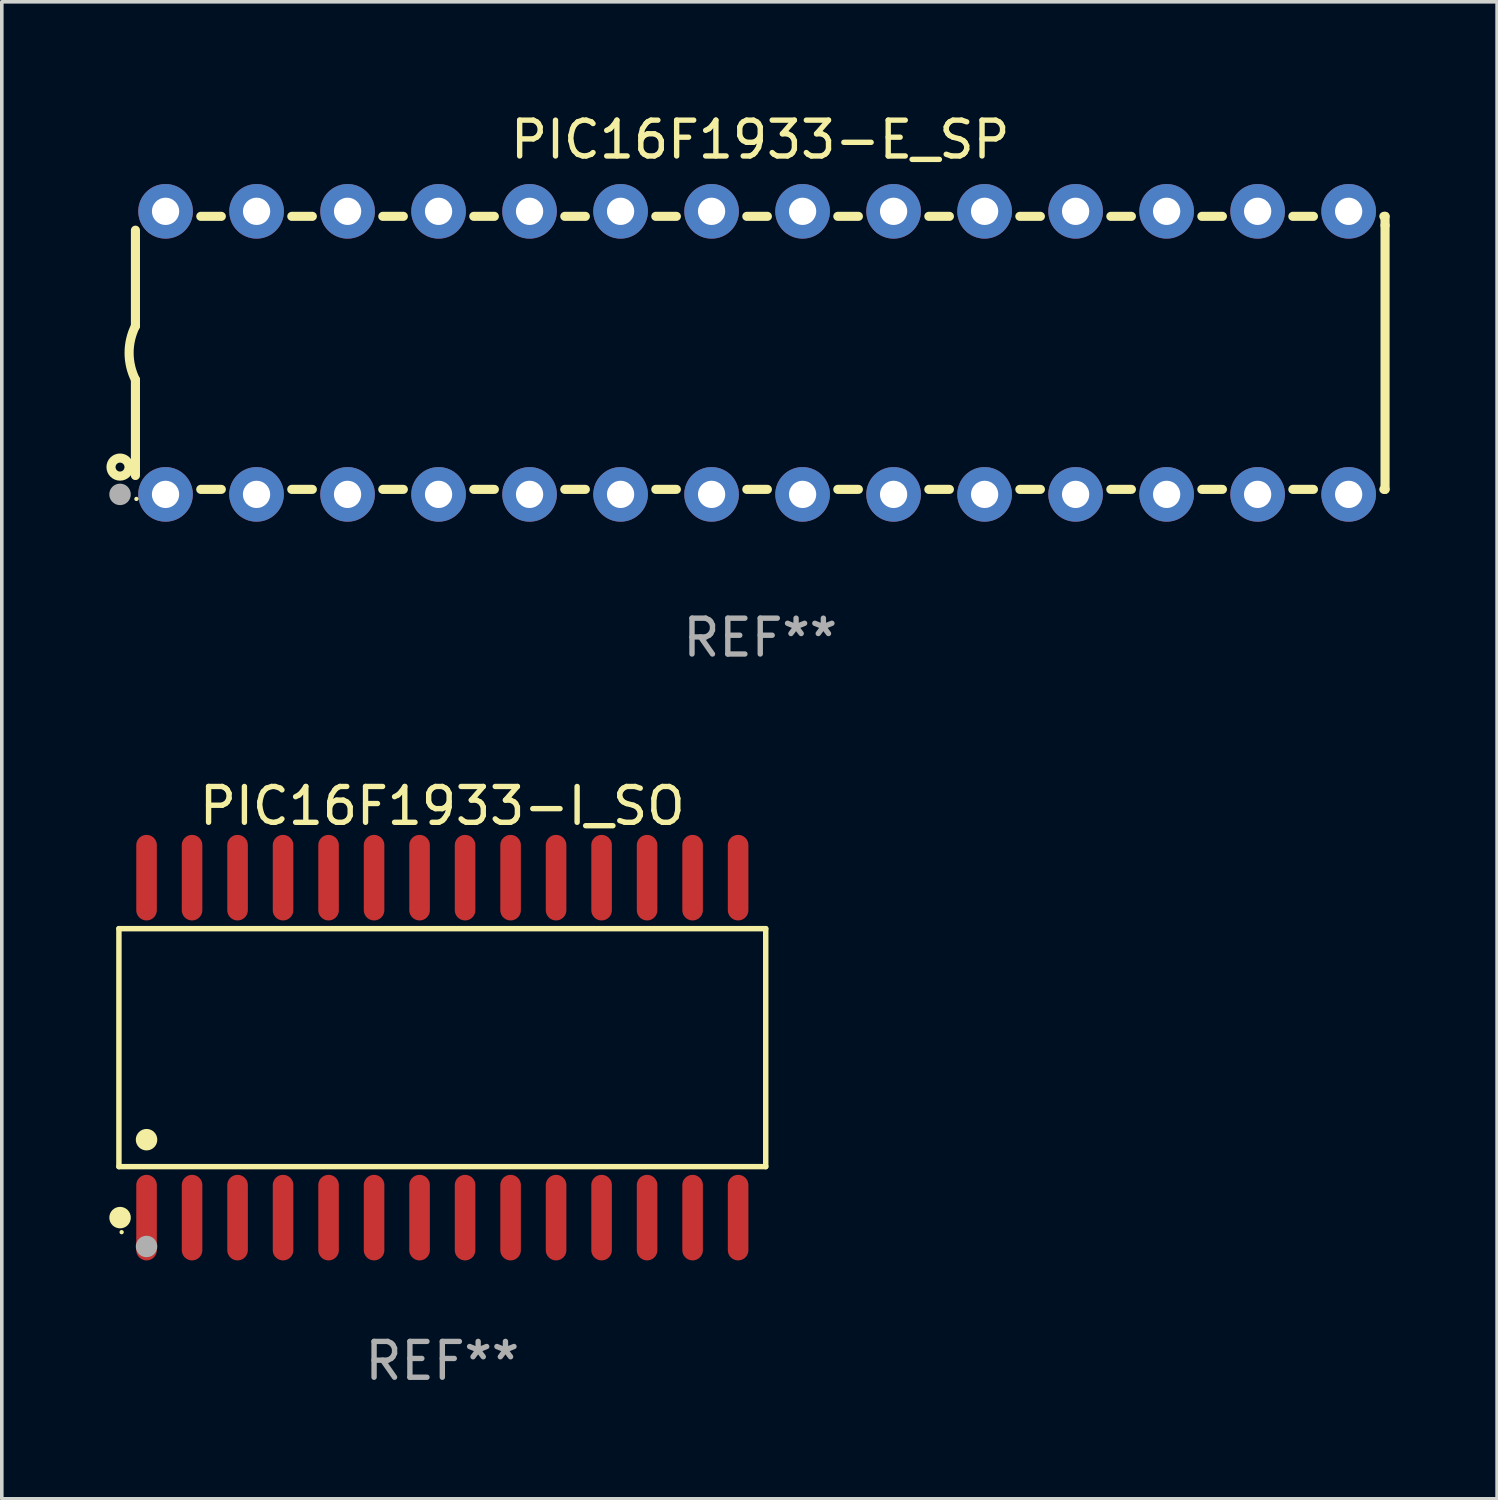
<source format=kicad_pcb>
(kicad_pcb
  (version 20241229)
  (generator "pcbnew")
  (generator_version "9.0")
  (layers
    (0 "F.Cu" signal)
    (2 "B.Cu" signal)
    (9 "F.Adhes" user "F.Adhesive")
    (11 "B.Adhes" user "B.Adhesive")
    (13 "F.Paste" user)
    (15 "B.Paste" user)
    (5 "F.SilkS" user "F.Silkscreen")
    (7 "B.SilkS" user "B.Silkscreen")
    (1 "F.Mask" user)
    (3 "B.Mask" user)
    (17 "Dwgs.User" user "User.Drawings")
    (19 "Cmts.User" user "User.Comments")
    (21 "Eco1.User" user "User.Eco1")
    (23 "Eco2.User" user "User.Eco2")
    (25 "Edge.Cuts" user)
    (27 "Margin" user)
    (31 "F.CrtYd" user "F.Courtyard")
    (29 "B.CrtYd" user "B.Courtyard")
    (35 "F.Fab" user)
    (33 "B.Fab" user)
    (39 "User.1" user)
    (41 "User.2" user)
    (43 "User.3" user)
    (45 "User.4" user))
  (footprint "PIC16F1933-E_SP"
    (layer "F.Cu")
    (at 18.168 6.798)
    (property "Reference" "PIC16F1933-E_SP" (at 0 -5.95 0) (layer "F.SilkS") (effects (font (size 1 1) (thickness 0.15))))
    (attr through_hole)
    (fp_line (start -17.438 0.75) (end -17.438 3.423) (stroke (width 0.254) (type solid)) (layer "F.SilkS"))
    (fp_line (start -17.438 -3.423) (end -17.438 -0.75) (stroke (width 0.254) (type solid)) (layer "F.SilkS"))
    (fp_line (start -15.615 3.81) (end -15.041 3.81) (stroke (width 0.254) (type solid)) (layer "F.SilkS"))
    (fp_line (start -15.041 -3.81) (end -15.614 -3.81) (stroke (width 0.254) (type solid)) (layer "F.SilkS"))
    (fp_line (start -13.075 3.81) (end -12.501 3.81) (stroke (width 0.254) (type solid)) (layer "F.SilkS"))
    (fp_line (start -12.501 -3.81) (end -13.074 -3.81) (stroke (width 0.254) (type solid)) (layer "F.SilkS"))
    (fp_line (start -10.535 3.81) (end -9.961 3.81) (stroke (width 0.254) (type solid)) (layer "F.SilkS"))
    (fp_line (start -9.961 -3.81) (end -10.534 -3.81) (stroke (width 0.254) (type solid)) (layer "F.SilkS"))
    (fp_line (start -7.995 3.81) (end -7.421 3.81) (stroke (width 0.254) (type solid)) (layer "F.SilkS"))
    (fp_line (start -7.421 -3.81) (end -7.995 -3.81) (stroke (width 0.254) (type solid)) (layer "F.SilkS"))
    (fp_line (start -5.455 3.81) (end -4.881 3.81) (stroke (width 0.254) (type solid)) (layer "F.SilkS"))
    (fp_line (start -4.881 -3.81) (end -5.455 -3.81) (stroke (width 0.254) (type solid)) (layer "F.SilkS"))
    (fp_line (start -2.915 3.81) (end -2.341 3.81) (stroke (width 0.254) (type solid)) (layer "F.SilkS"))
    (fp_line (start -2.341 -3.81) (end -2.915 -3.81) (stroke (width 0.254) (type solid)) (layer "F.SilkS"))
    (fp_line (start -0.375 3.81) (end 0.199 3.81) (stroke (width 0.254) (type solid)) (layer "F.SilkS"))
    (fp_line (start 0.199 -3.81) (end -0.375 -3.81) (stroke (width 0.254) (type solid)) (layer "F.SilkS"))
    (fp_line (start 2.165 3.81) (end 2.739 3.81) (stroke (width 0.254) (type solid)) (layer "F.SilkS"))
    (fp_line (start 2.739 -3.81) (end 2.165 -3.81) (stroke (width 0.254) (type solid)) (layer "F.SilkS"))
    (fp_line (start 4.705 3.81) (end 5.279 3.81) (stroke (width 0.254) (type solid)) (layer "F.SilkS"))
    (fp_line (start 5.279 -3.81) (end 4.705 -3.81) (stroke (width 0.254) (type solid)) (layer "F.SilkS"))
    (fp_line (start 7.245 3.81) (end 7.819 3.81) (stroke (width 0.254) (type solid)) (layer "F.SilkS"))
    (fp_line (start 7.819 -3.81) (end 7.245 -3.81) (stroke (width 0.254) (type solid)) (layer "F.SilkS"))
    (fp_line (start 9.785 3.81) (end 10.359 3.81) (stroke (width 0.254) (type solid)) (layer "F.SilkS"))
    (fp_line (start 10.359 -3.81) (end 9.785 -3.81) (stroke (width 0.254) (type solid)) (layer "F.SilkS"))
    (fp_line (start 12.325 3.81) (end 12.899 3.81) (stroke (width 0.254) (type solid)) (layer "F.SilkS"))
    (fp_line (start 12.899 -3.81) (end 12.325 -3.81) (stroke (width 0.254) (type solid)) (layer "F.SilkS"))
    (fp_line (start 14.865 3.81) (end 15.439 3.81) (stroke (width 0.254) (type solid)) (layer "F.SilkS"))
    (fp_line (start 15.439 -3.81) (end 14.865 -3.81) (stroke (width 0.254) (type solid)) (layer "F.SilkS"))
    (fp_line (start 17.405 3.81) (end 17.438 3.81) (stroke (width 0.254) (type solid)) (layer "F.SilkS"))
    (fp_line (start 17.438 -3.81) (end 17.405 -3.81) (stroke (width 0.254) (type solid)) (layer "F.SilkS"))
    (fp_line (start 17.438 -3.556) (end 17.438 -3.81) (stroke (width 0.254) (type solid)) (layer "F.SilkS"))
    (fp_line (start 17.438 3.81) (end 17.438 -3.556) (stroke (width 0.254) (type solid)) (layer "F.SilkS"))
    (fp_arc (start -17.437986 0.749657) (mid -17.614887 -0.000024) (end -17.437783 -0.749657) (stroke (width 0.254001) (type solid)) (layer "F.SilkS"))
    (fp_circle (center -17.868 3.188) (end -17.743 3.188) (stroke (width 0.254) (type solid)) (fill no) (layer "F.SilkS"))
    (fp_circle (center -17.411 4.077) (end -17.381 4.077) (stroke (width 0.06) (type solid)) (fill no) (layer "F.SilkS"))
    (fp_circle (center -17.868 3.95) (end -17.718 3.95) (stroke (width 0.3) (type solid)) (fill no) (layer "F.Fab"))
    (fp_text user "REF**" (at 0 7.95 0) (layer "F.Fab") (effects (font (size 1 1) (thickness 0.15))))
    (pad "1" thru_hole circle (at -16.598 3.95) (size 1.524 1.524) (drill 0.762) (layers "*.Cu" "*.Mask"))
    (pad "2" thru_hole circle (at -14.058 3.95) (size 1.524 1.524) (drill 0.762) (layers "*.Cu" "*.Mask"))
    (pad "3" thru_hole circle (at -11.518 3.95) (size 1.524 1.524) (drill 0.762) (layers "*.Cu" "*.Mask"))
    (pad "4" thru_hole circle (at -8.978 3.95) (size 1.524 1.524) (drill 0.762) (layers "*.Cu" "*.Mask"))
    (pad "5" thru_hole circle (at -6.438 3.95) (size 1.524 1.524) (drill 0.762) (layers "*.Cu" "*.Mask"))
    (pad "6" thru_hole circle (at -3.898 3.95) (size 1.524 1.524) (drill 0.762) (layers "*.Cu" "*.Mask"))
    (pad "7" thru_hole circle (at -1.358 3.95) (size 1.524 1.524) (drill 0.762) (layers "*.Cu" "*.Mask"))
    (pad "8" thru_hole circle (at 1.182 3.95) (size 1.524 1.524) (drill 0.762) (layers "*.Cu" "*.Mask"))
    (pad "9" thru_hole circle (at 3.722 3.95) (size 1.524 1.524) (drill 0.762) (layers "*.Cu" "*.Mask"))
    (pad "10" thru_hole circle (at 6.262 3.95) (size 1.524 1.524) (drill 0.762) (layers "*.Cu" "*.Mask"))
    (pad "11" thru_hole circle (at 8.802 3.95) (size 1.524 1.524) (drill 0.762) (layers "*.Cu" "*.Mask"))
    (pad "12" thru_hole circle (at 11.342 3.95) (size 1.524 1.524) (drill 0.762) (layers "*.Cu" "*.Mask"))
    (pad "13" thru_hole circle (at 13.882 3.95) (size 1.524 1.524) (drill 0.762) (layers "*.Cu" "*.Mask"))
    (pad "14" thru_hole circle (at 16.422 3.95) (size 1.524 1.524) (drill 0.762) (layers "*.Cu" "*.Mask"))
    (pad "15" thru_hole circle (at 16.422 -3.95) (size 1.524 1.524) (drill 0.762) (layers "*.Cu" "*.Mask"))
    (pad "16" thru_hole circle (at 13.882 -3.95) (size 1.524 1.524) (drill 0.762) (layers "*.Cu" "*.Mask"))
    (pad "17" thru_hole circle (at 11.342 -3.95) (size 1.524 1.524) (drill 0.762) (layers "*.Cu" "*.Mask"))
    (pad "18" thru_hole circle (at 8.802 -3.95) (size 1.524 1.524) (drill 0.762) (layers "*.Cu" "*.Mask"))
    (pad "19" thru_hole circle (at 6.262 -3.95) (size 1.524 1.524) (drill 0.762) (layers "*.Cu" "*.Mask"))
    (pad "20" thru_hole circle (at 3.722 -3.95) (size 1.524 1.524) (drill 0.762) (layers "*.Cu" "*.Mask"))
    (pad "21" thru_hole circle (at 1.182 -3.95) (size 1.524 1.524) (drill 0.762) (layers "*.Cu" "*.Mask"))
    (pad "22" thru_hole circle (at -1.358 -3.95) (size 1.524 1.524) (drill 0.762) (layers "*.Cu" "*.Mask"))
    (pad "23" thru_hole circle (at -3.898 -3.95) (size 1.524 1.524) (drill 0.762) (layers "*.Cu" "*.Mask"))
    (pad "24" thru_hole circle (at -6.438 -3.95) (size 1.524 1.524) (drill 0.762) (layers "*.Cu" "*.Mask"))
    (pad "25" thru_hole circle (at -8.978 -3.95) (size 1.524 1.524) (drill 0.762) (layers "*.Cu" "*.Mask"))
    (pad "26" thru_hole circle (at -11.517 -3.95) (size 1.524 1.524) (drill 0.762) (layers "*.Cu" "*.Mask"))
    (pad "27" thru_hole circle (at -14.057 -3.95) (size 1.524 1.524) (drill 0.762) (layers "*.Cu" "*.Mask"))
    (pad "28" thru_hole circle (at -16.597 -3.95) (size 1.524 1.524) (drill 0.762) (layers "*.Cu" "*.Mask")))
  (footprint "PIC16F1933-I_SO"
    (layer "F.Cu")
    (at 9.295 26.189)
    (property "Reference" "PIC16F1933-I_SO" (at 0 -6.744 0) (layer "F.SilkS") (effects (font (size 1 1) (thickness 0.15))))
    (attr through_hole)
    (fp_line (start -9.026 -3.321) (end 9.026 -3.321) (stroke (width 0.152) (type solid)) (layer "F.SilkS"))
    (fp_line (start -9.026 3.321) (end -9.026 -3.321) (stroke (width 0.152) (type solid)) (layer "F.SilkS"))
    (fp_line (start 9.026 -3.321) (end 9.026 3.321) (stroke (width 0.152) (type solid)) (layer "F.SilkS"))
    (fp_line (start 9.026 3.321) (end -9.026 3.321) (stroke (width 0.152) (type solid)) (layer "F.SilkS"))
    (fp_circle (center -8.994 4.744) (end -8.844 4.744) (stroke (width 0.3) (type solid)) (fill no) (layer "F.SilkS"))
    (fp_circle (center -8.95 5.15) (end -8.92 5.15) (stroke (width 0.06) (type solid)) (fill no) (layer "F.SilkS"))
    (fp_circle (center -8.255 2.569) (end -8.105 2.569) (stroke (width 0.3) (type solid)) (fill no) (layer "F.SilkS"))
    (fp_circle (center -8.255 5.55) (end -8.105 5.55) (stroke (width 0.3) (type solid)) (fill no) (layer "F.Fab"))
    (fp_text user "REF**" (at 0 8.744 0) (layer "F.Fab") (effects (font (size 1 1) (thickness 0.15))))
    (pad "1" smd oval (at -8.255 4.744) (size 0.574 2.388) (layers "F.Cu" "F.Mask" "F.Paste"))
    (pad "2" smd oval (at -6.985 4.744) (size 0.574 2.388) (layers "F.Cu" "F.Mask" "F.Paste"))
    (pad "3" smd oval (at -5.715 4.744) (size 0.574 2.388) (layers "F.Cu" "F.Mask" "F.Paste"))
    (pad "4" smd oval (at -4.445 4.744) (size 0.574 2.388) (layers "F.Cu" "F.Mask" "F.Paste"))
    (pad "5" smd oval (at -3.175 4.744) (size 0.574 2.388) (layers "F.Cu" "F.Mask" "F.Paste"))
    (pad "6" smd oval (at -1.905 4.744) (size 0.574 2.388) (layers "F.Cu" "F.Mask" "F.Paste"))
    (pad "7" smd oval (at -0.635 4.744) (size 0.574 2.388) (layers "F.Cu" "F.Mask" "F.Paste"))
    (pad "8" smd oval (at 0.635 4.744) (size 0.574 2.388) (layers "F.Cu" "F.Mask" "F.Paste"))
    (pad "9" smd oval (at 1.905 4.744) (size 0.574 2.388) (layers "F.Cu" "F.Mask" "F.Paste"))
    (pad "10" smd oval (at 3.175 4.744) (size 0.574 2.388) (layers "F.Cu" "F.Mask" "F.Paste"))
    (pad "11" smd oval (at 4.445 4.744) (size 0.574 2.388) (layers "F.Cu" "F.Mask" "F.Paste"))
    (pad "12" smd oval (at 5.715 4.744) (size 0.574 2.388) (layers "F.Cu" "F.Mask" "F.Paste"))
    (pad "13" smd oval (at 6.985 4.744) (size 0.574 2.388) (layers "F.Cu" "F.Mask" "F.Paste"))
    (pad "14" smd oval (at 8.255 4.744) (size 0.574 2.388) (layers "F.Cu" "F.Mask" "F.Paste"))
    (pad "15" smd oval (at 8.255 -4.744) (size 0.574 2.388) (layers "F.Cu" "F.Mask" "F.Paste"))
    (pad "16" smd oval (at 6.985 -4.744) (size 0.574 2.388) (layers "F.Cu" "F.Mask" "F.Paste"))
    (pad "17" smd oval (at 5.715 -4.744) (size 0.574 2.388) (layers "F.Cu" "F.Mask" "F.Paste"))
    (pad "18" smd oval (at 4.445 -4.744) (size 0.574 2.388) (layers "F.Cu" "F.Mask" "F.Paste"))
    (pad "19" smd oval (at 3.175 -4.744) (size 0.574 2.388) (layers "F.Cu" "F.Mask" "F.Paste"))
    (pad "20" smd oval (at 1.905 -4.744) (size 0.574 2.388) (layers "F.Cu" "F.Mask" "F.Paste"))
    (pad "21" smd oval (at 0.635 -4.744) (size 0.574 2.388) (layers "F.Cu" "F.Mask" "F.Paste"))
    (pad "22" smd oval (at -0.635 -4.744) (size 0.574 2.388) (layers "F.Cu" "F.Mask" "F.Paste"))
    (pad "23" smd oval (at -1.905 -4.744) (size 0.574 2.388) (layers "F.Cu" "F.Mask" "F.Paste"))
    (pad "24" smd oval (at -3.175 -4.744) (size 0.574 2.388) (layers "F.Cu" "F.Mask" "F.Paste"))
    (pad "25" smd oval (at -4.445 -4.744) (size 0.574 2.388) (layers "F.Cu" "F.Mask" "F.Paste"))
    (pad "26" smd oval (at -5.715 -4.744) (size 0.574 2.388) (layers "F.Cu" "F.Mask" "F.Paste"))
    (pad "27" smd oval (at -6.985 -4.744) (size 0.574 2.388) (layers "F.Cu" "F.Mask" "F.Paste"))
    (pad "28" smd oval (at -8.255 -4.744) (size 0.574 2.388) (layers "F.Cu" "F.Mask" "F.Paste")))
  (gr_rect
    (start -3 -3)
    (end 38.733 38.781)
    (stroke (width 0.1) (type default))
    (fill no)
    (layer "Edge.Cuts")))
</source>
